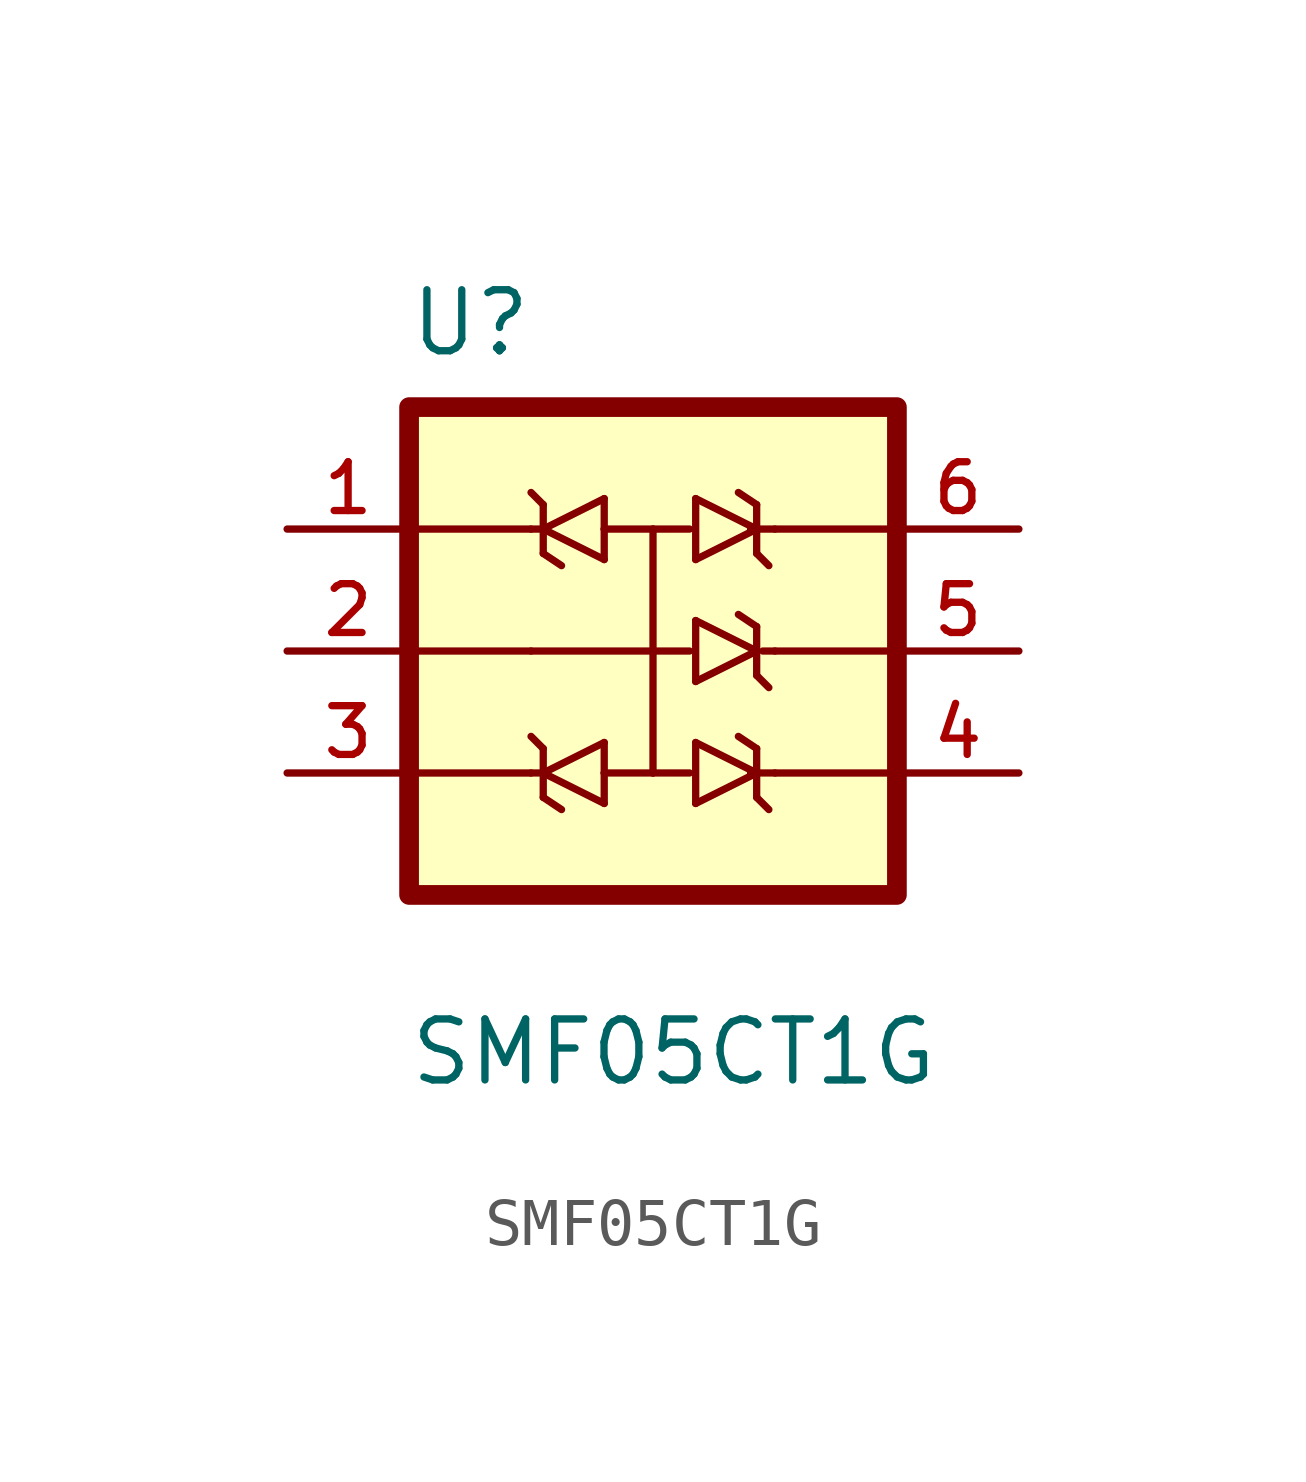
<source format=kicad_sym>
(kicad_symbol_lib
  (version 20220914)
  (generator kicad_symbol_editor)
  (symbol "SMF05CT1G"
    (pin_names
      (offset 1.016))
    (property "Reference" "U"
      (at -5.111 6.091 0)
      (effects (font (size 1.27 1.27)) (justify left bottom)))
    (property "Value" "SMF05CT1G"
      (at -5.112 -9.096 0)
      (effects (font (size 1.27 1.27)) (justify left bottom)))
    (symbol "SMF05CT1G_0_0"
      (rectangle (start -5.08 -5.08) (end 5.08 5.08) (stroke (width 0.41) (type default)) (fill (type background)))
      (polyline (pts (xy -2.54 -1.778) (xy -2.286 -2.032)) (stroke (width 0.152) (type default)) (fill (type none)))
      (polyline (pts (xy -2.54 3.302) (xy -2.286 3.048)) (stroke (width 0.152) (type default)) (fill (type none)))
      (polyline (pts (xy -2.286 -3.048) (xy -1.905 -3.302)) (stroke (width 0.152) (type default)) (fill (type none)))
      (polyline (pts (xy -2.286 -2.54) (xy -2.54 -2.54)) (stroke (width 0.152) (type default)) (fill (type none)))
      (polyline (pts (xy -2.286 -2.54) (xy -2.286 -3.048)) (stroke (width 0.152) (type default)) (fill (type none)))
      (polyline (pts (xy -2.286 -2.54) (xy -1.016 -3.175)) (stroke (width 0.152) (type default)) (fill (type none)))
      (polyline (pts (xy -2.286 -2.032) (xy -2.286 -2.54)) (stroke (width 0.152) (type default)) (fill (type none)))
      (polyline (pts (xy -2.286 2.032) (xy -1.905 1.778)) (stroke (width 0.152) (type default)) (fill (type none)))
      (polyline (pts (xy -2.286 2.54) (xy -2.54 2.54)) (stroke (width 0.152) (type default)) (fill (type none)))
      (polyline (pts (xy -2.286 2.54) (xy -2.286 2.032)) (stroke (width 0.152) (type default)) (fill (type none)))
      (polyline (pts (xy -2.286 2.54) (xy -1.016 1.905)) (stroke (width 0.152) (type default)) (fill (type none)))
      (polyline (pts (xy -2.286 3.048) (xy -2.286 2.54)) (stroke (width 0.152) (type default)) (fill (type none)))
      (polyline (pts (xy -1.016 -3.175) (xy -1.016 -2.54)) (stroke (width 0.152) (type default)) (fill (type none)))
      (polyline (pts (xy -1.016 -2.54) (xy -1.016 -1.905)) (stroke (width 0.152) (type default)) (fill (type none)))
      (polyline (pts (xy -1.016 -2.54) (xy 0 -2.54)) (stroke (width 0.152) (type default)) (fill (type none)))
      (polyline (pts (xy -1.016 -1.905) (xy -2.286 -2.54)) (stroke (width 0.152) (type default)) (fill (type none)))
      (polyline (pts (xy -1.016 1.905) (xy -1.016 2.54)) (stroke (width 0.152) (type default)) (fill (type none)))
      (polyline (pts (xy -1.016 2.54) (xy -1.016 3.175)) (stroke (width 0.152) (type default)) (fill (type none)))
      (polyline (pts (xy -1.016 2.54) (xy 0 2.54)) (stroke (width 0.152) (type default)) (fill (type none)))
      (polyline (pts (xy -1.016 3.175) (xy -2.286 2.54)) (stroke (width 0.152) (type default)) (fill (type none)))
      (polyline (pts (xy 0 -2.54) (xy 0.762 -2.54)) (stroke (width 0.152) (type default)) (fill (type none)))
      (polyline (pts (xy 0 0) (xy -2.54 0)) (stroke (width 0.152) (type default)) (fill (type none)))
      (polyline (pts (xy 0 0) (xy 0 -2.54)) (stroke (width 0.152) (type default)) (fill (type none)))
      (polyline (pts (xy 0 2.54) (xy 0 0)) (stroke (width 0.152) (type default)) (fill (type none)))
      (polyline (pts (xy 0 2.54) (xy 0.762 2.54)) (stroke (width 0.152) (type default)) (fill (type none)))
      (polyline (pts (xy 0.762 0) (xy 0 0)) (stroke (width 0.152) (type default)) (fill (type none)))
      (polyline (pts (xy 0.889 -3.175) (xy 2.159 -2.54)) (stroke (width 0.152) (type default)) (fill (type none)))
      (polyline (pts (xy 0.889 -1.905) (xy 0.889 -3.175)) (stroke (width 0.152) (type default)) (fill (type none)))
      (polyline (pts (xy 0.889 -0.635) (xy 2.159 0)) (stroke (width 0.152) (type default)) (fill (type none)))
      (polyline (pts (xy 0.889 0.635) (xy 0.889 -0.635)) (stroke (width 0.152) (type default)) (fill (type none)))
      (polyline (pts (xy 0.889 1.905) (xy 2.159 2.54)) (stroke (width 0.152) (type default)) (fill (type none)))
      (polyline (pts (xy 0.889 3.175) (xy 0.889 1.905)) (stroke (width 0.152) (type default)) (fill (type none)))
      (polyline (pts (xy 2.032 -2.54) (xy 2.54 -2.54)) (stroke (width 0.152) (type default)) (fill (type none)))
      (polyline (pts (xy 2.032 2.54) (xy 2.54 2.54)) (stroke (width 0.152) (type default)) (fill (type none)))
      (polyline (pts (xy 2.159 -3.048) (xy 2.159 -2.032)) (stroke (width 0.152) (type default)) (fill (type none)))
      (polyline (pts (xy 2.159 -2.54) (xy 0.889 -1.905)) (stroke (width 0.152) (type default)) (fill (type none)))
      (polyline (pts (xy 2.159 -2.032) (xy 1.778 -1.778)) (stroke (width 0.152) (type default)) (fill (type none)))
      (polyline (pts (xy 2.159 -0.508) (xy 2.159 0.508)) (stroke (width 0.152) (type default)) (fill (type none)))
      (polyline (pts (xy 2.159 0) (xy 0.889 0.635)) (stroke (width 0.152) (type default)) (fill (type none)))
      (polyline (pts (xy 2.159 0.508) (xy 1.778 0.762)) (stroke (width 0.152) (type default)) (fill (type none)))
      (polyline (pts (xy 2.159 2.032) (xy 2.159 3.048)) (stroke (width 0.152) (type default)) (fill (type none)))
      (polyline (pts (xy 2.159 2.54) (xy 0.889 3.175)) (stroke (width 0.152) (type default)) (fill (type none)))
      (polyline (pts (xy 2.159 3.048) (xy 1.778 3.302)) (stroke (width 0.152) (type default)) (fill (type none)))
      (polyline (pts (xy 2.286 0) (xy 2.54 0)) (stroke (width 0.152) (type default)) (fill (type none)))
      (polyline (pts (xy 2.413 -3.302) (xy 2.159 -3.048)) (stroke (width 0.152) (type default)) (fill (type none)))
      (polyline (pts (xy 2.413 -0.762) (xy 2.159 -0.508)) (stroke (width 0.152) (type default)) (fill (type none)))
      (polyline (pts (xy 2.413 1.778) (xy 2.159 2.032)) (stroke (width 0.152) (type default)) (fill (type none))))
    (symbol "SMF05CT1G_0_1"
      (polyline (pts (xy -5.08 -2.54) (xy -2.54 -2.54)) (stroke (width 0) (type default)) (fill (type none)))
      (polyline (pts (xy -5.08 0) (xy -2.54 0)) (stroke (width 0) (type default)) (fill (type none)))
      (polyline (pts (xy -5.08 2.54) (xy -2.54 2.54)) (stroke (width 0) (type default)) (fill (type none)))
      (polyline (pts (xy 2.54 -2.54) (xy 5.08 -2.54)) (stroke (width 0) (type default)) (fill (type none)))
      (polyline (pts (xy 2.54 0) (xy 5.08 0)) (stroke (width 0) (type default)) (fill (type none)))
      (polyline (pts (xy 2.54 2.54) (xy 5.08 2.54)) (stroke (width 0) (type default)) (fill (type none))))
    (symbol "SMF05CT1G_1_0"
      (pin passive line (at -7.62 2.54 0) (length 2.54) (name "~" (effects (font (size 1.016 1.016)))) (number "1" (effects (font (size 1.016 1.016)))))
      (pin passive line (at -7.62 0 0) (length 2.54) (name "~" (effects (font (size 1.016 1.016)))) (number "2" (effects (font (size 1.016 1.016)))))
      (pin passive line (at -7.62 -2.54 0) (length 2.54) (name "~" (effects (font (size 1.016 1.016)))) (number "3" (effects (font (size 1.016 1.016)))))
      (pin passive line (at 7.62 -2.54 180) (length 2.54) (name "~" (effects (font (size 1.016 1.016)))) (number "4" (effects (font (size 1.016 1.016)))))
      (pin passive line (at 7.62 0 180) (length 2.54) (name "~" (effects (font (size 1.016 1.016)))) (number "5" (effects (font (size 1.016 1.016)))))
      (pin passive line (at 7.62 2.54 180) (length 2.54) (name "~" (effects (font (size 1.016 1.016)))) (number "6" (effects (font (size 1.016 1.016))))))))
</source>
